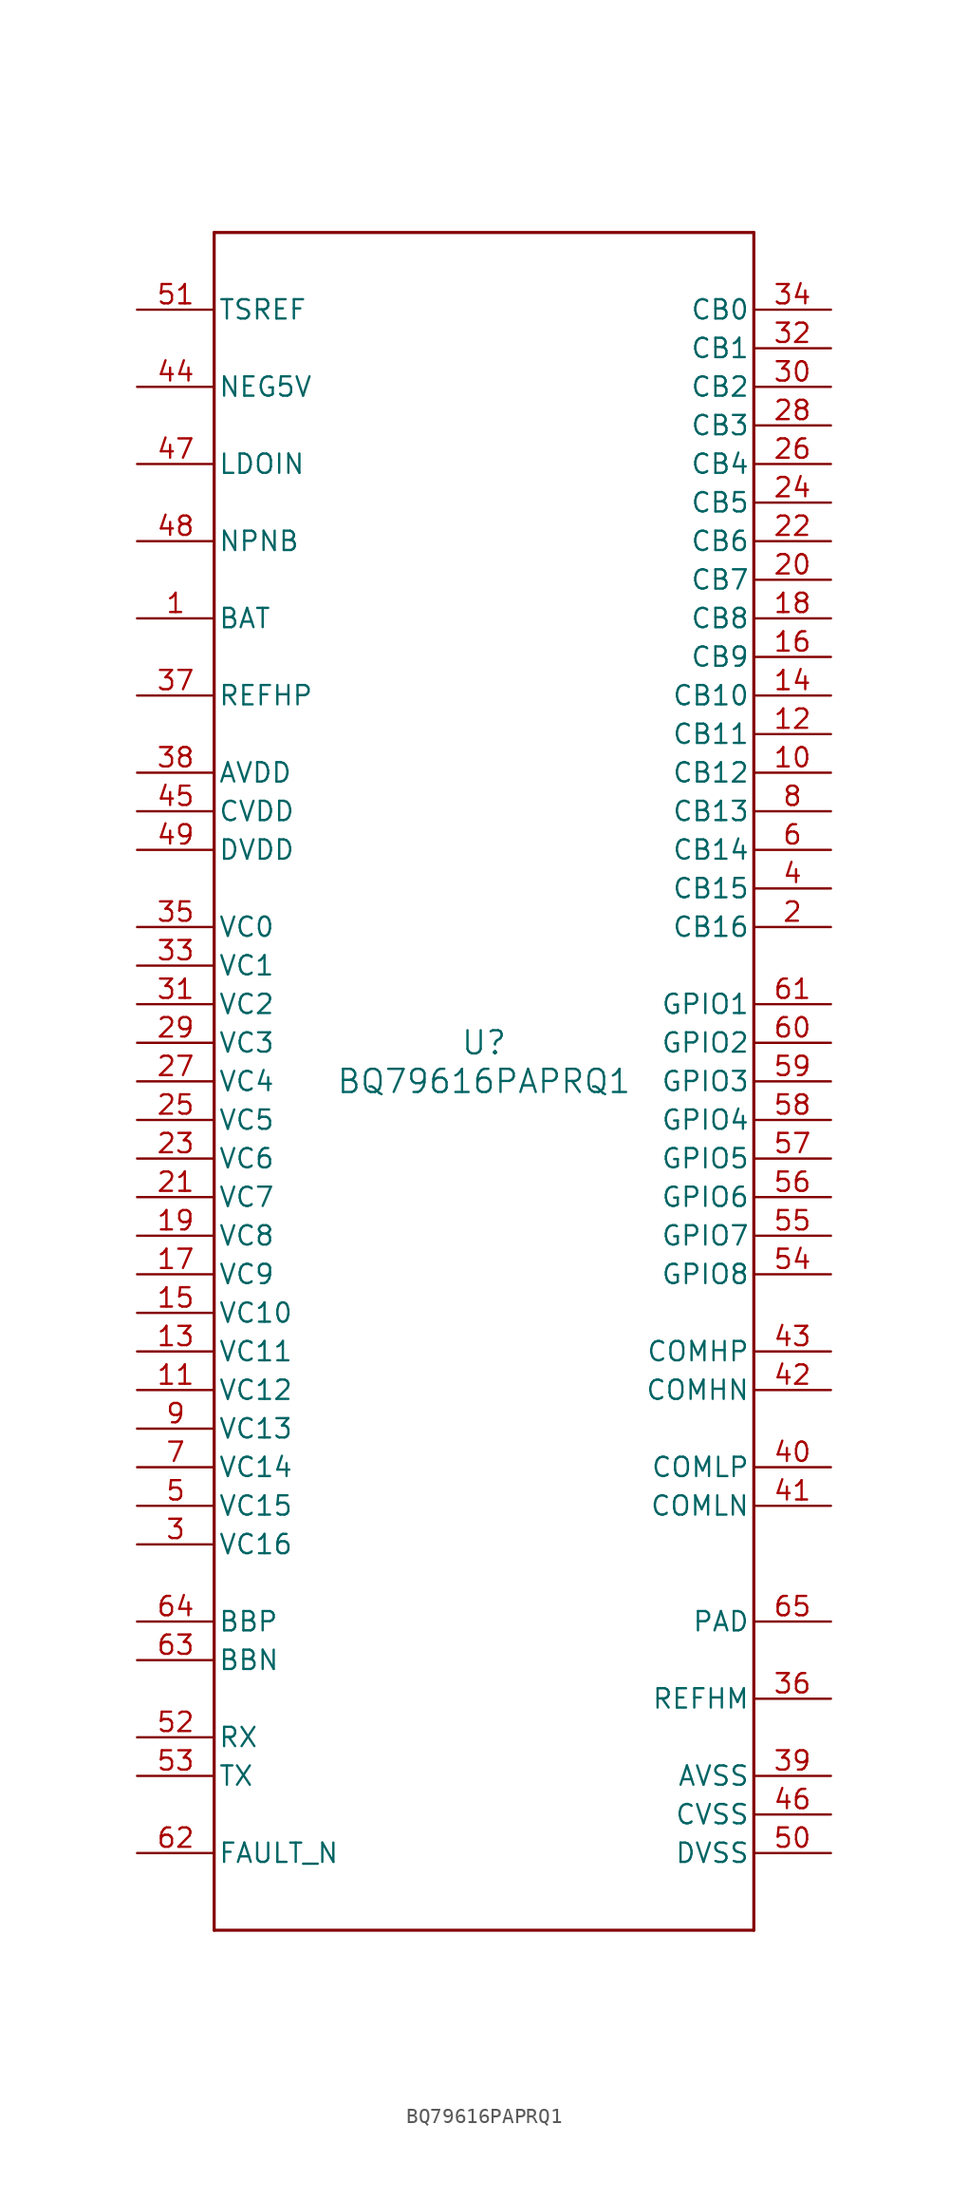
<source format=kicad_sym>
(kicad_symbol_lib
  (version 20211014)
  (generator kicad_symbol_editor)
  (symbol "BQ79616PAPRQ1"
    (pin_names
      (offset 0.254))
    (property "Reference" "U"
      (at 0 2.54 0)
      (effects (font (size 1.524 1.524))))
    (property "Value" "BQ79616PAPRQ1"
      (at 0 0 0)
      (effects (font (size 1.524 1.524))))
    (symbol "BQ79616PAPRQ1_0_1"
      (polyline (pts (xy -17.78 -55.88) (xy 17.78 -55.88)) (stroke (width 0.203) (type default) (color 0 0 0 0)) (fill (type none)))
      (polyline (pts (xy 17.78 -55.88) (xy 17.78 55.88)) (stroke (width 0.203) (type default) (color 0 0 0 0)) (fill (type none)))
      (polyline (pts (xy 17.78 55.88) (xy -17.78 55.88)) (stroke (width 0.203) (type default) (color 0 0 0 0)) (fill (type none)))
      (polyline (pts (xy -17.78 55.88) (xy -17.78 -55.88)) (stroke (width 0.203) (type default) (color 0 0 0 0)) (fill (type none)))
      (pin power_in line (at -22.86 30.48 0) (length 5.08) (name "BAT" (effects (font (size 1.27 1.27)))) (number "1" (effects (font (size 1.27 1.27)))))
      (pin bidirectional line (at 22.86 10.16 180) (length 5.08) (name "CB16" (effects (font (size 1.27 1.27)))) (number "2" (effects (font (size 1.27 1.27)))))
      (pin input line (at -22.86 -30.48 0) (length 5.08) (name "VC16" (effects (font (size 1.27 1.27)))) (number "3" (effects (font (size 1.27 1.27)))))
      (pin bidirectional line (at 22.86 12.7 180) (length 5.08) (name "CB15" (effects (font (size 1.27 1.27)))) (number "4" (effects (font (size 1.27 1.27)))))
      (pin input line (at -22.86 -27.94 0) (length 5.08) (name "VC15" (effects (font (size 1.27 1.27)))) (number "5" (effects (font (size 1.27 1.27)))))
      (pin bidirectional line (at 22.86 15.24 180) (length 5.08) (name "CB14" (effects (font (size 1.27 1.27)))) (number "6" (effects (font (size 1.27 1.27)))))
      (pin input line (at -22.86 -25.4 0) (length 5.08) (name "VC14" (effects (font (size 1.27 1.27)))) (number "7" (effects (font (size 1.27 1.27)))))
      (pin bidirectional line (at 22.86 17.78 180) (length 5.08) (name "CB13" (effects (font (size 1.27 1.27)))) (number "8" (effects (font (size 1.27 1.27)))))
      (pin input line (at -22.86 -22.86 0) (length 5.08) (name "VC13" (effects (font (size 1.27 1.27)))) (number "9" (effects (font (size 1.27 1.27)))))
      (pin bidirectional line (at 22.86 20.32 180) (length 5.08) (name "CB12" (effects (font (size 1.27 1.27)))) (number "10" (effects (font (size 1.27 1.27)))))
      (pin input line (at -22.86 -20.32 0) (length 5.08) (name "VC12" (effects (font (size 1.27 1.27)))) (number "11" (effects (font (size 1.27 1.27)))))
      (pin bidirectional line (at 22.86 22.86 180) (length 5.08) (name "CB11" (effects (font (size 1.27 1.27)))) (number "12" (effects (font (size 1.27 1.27)))))
      (pin input line (at -22.86 -17.78 0) (length 5.08) (name "VC11" (effects (font (size 1.27 1.27)))) (number "13" (effects (font (size 1.27 1.27)))))
      (pin bidirectional line (at 22.86 25.4 180) (length 5.08) (name "CB10" (effects (font (size 1.27 1.27)))) (number "14" (effects (font (size 1.27 1.27)))))
      (pin input line (at -22.86 -15.24 0) (length 5.08) (name "VC10" (effects (font (size 1.27 1.27)))) (number "15" (effects (font (size 1.27 1.27)))))
      (pin bidirectional line (at 22.86 27.94 180) (length 5.08) (name "CB9" (effects (font (size 1.27 1.27)))) (number "16" (effects (font (size 1.27 1.27)))))
      (pin input line (at -22.86 -12.7 0) (length 5.08) (name "VC9" (effects (font (size 1.27 1.27)))) (number "17" (effects (font (size 1.27 1.27)))))
      (pin bidirectional line (at 22.86 30.48 180) (length 5.08) (name "CB8" (effects (font (size 1.27 1.27)))) (number "18" (effects (font (size 1.27 1.27)))))
      (pin input line (at -22.86 -10.16 0) (length 5.08) (name "VC8" (effects (font (size 1.27 1.27)))) (number "19" (effects (font (size 1.27 1.27)))))
      (pin bidirectional line (at 22.86 33.02 180) (length 5.08) (name "CB7" (effects (font (size 1.27 1.27)))) (number "20" (effects (font (size 1.27 1.27)))))
      (pin input line (at -22.86 -7.62 0) (length 5.08) (name "VC7" (effects (font (size 1.27 1.27)))) (number "21" (effects (font (size 1.27 1.27)))))
      (pin bidirectional line (at 22.86 35.56 180) (length 5.08) (name "CB6" (effects (font (size 1.27 1.27)))) (number "22" (effects (font (size 1.27 1.27)))))
      (pin input line (at -22.86 -5.08 0) (length 5.08) (name "VC6" (effects (font (size 1.27 1.27)))) (number "23" (effects (font (size 1.27 1.27)))))
      (pin bidirectional line (at 22.86 38.1 180) (length 5.08) (name "CB5" (effects (font (size 1.27 1.27)))) (number "24" (effects (font (size 1.27 1.27)))))
      (pin input line (at -22.86 -2.54 0) (length 5.08) (name "VC5" (effects (font (size 1.27 1.27)))) (number "25" (effects (font (size 1.27 1.27)))))
      (pin bidirectional line (at 22.86 40.64 180) (length 5.08) (name "CB4" (effects (font (size 1.27 1.27)))) (number "26" (effects (font (size 1.27 1.27)))))
      (pin input line (at -22.86 0 0) (length 5.08) (name "VC4" (effects (font (size 1.27 1.27)))) (number "27" (effects (font (size 1.27 1.27)))))
      (pin bidirectional line (at 22.86 43.18 180) (length 5.08) (name "CB3" (effects (font (size 1.27 1.27)))) (number "28" (effects (font (size 1.27 1.27)))))
      (pin input line (at -22.86 2.54 0) (length 5.08) (name "VC3" (effects (font (size 1.27 1.27)))) (number "29" (effects (font (size 1.27 1.27)))))
      (pin bidirectional line (at 22.86 45.72 180) (length 5.08) (name "CB2" (effects (font (size 1.27 1.27)))) (number "30" (effects (font (size 1.27 1.27)))))
      (pin input line (at -22.86 5.08 0) (length 5.08) (name "VC2" (effects (font (size 1.27 1.27)))) (number "31" (effects (font (size 1.27 1.27)))))
      (pin bidirectional line (at 22.86 48.26 180) (length 5.08) (name "CB1" (effects (font (size 1.27 1.27)))) (number "32" (effects (font (size 1.27 1.27)))))
      (pin input line (at -22.86 7.62 0) (length 5.08) (name "VC1" (effects (font (size 1.27 1.27)))) (number "33" (effects (font (size 1.27 1.27)))))
      (pin bidirectional line (at 22.86 50.8 180) (length 5.08) (name "CB0" (effects (font (size 1.27 1.27)))) (number "34" (effects (font (size 1.27 1.27)))))
      (pin input line (at -22.86 10.16 0) (length 5.08) (name "VC0" (effects (font (size 1.27 1.27)))) (number "35" (effects (font (size 1.27 1.27)))))
      (pin power_in line (at 22.86 -40.64 180) (length 5.08) (name "REFHM" (effects (font (size 1.27 1.27)))) (number "36" (effects (font (size 1.27 1.27)))))
      (pin power_in line (at -22.86 25.4 0) (length 5.08) (name "REFHP" (effects (font (size 1.27 1.27)))) (number "37" (effects (font (size 1.27 1.27)))))
      (pin power_in line (at -22.86 20.32 0) (length 5.08) (name "AVDD" (effects (font (size 1.27 1.27)))) (number "38" (effects (font (size 1.27 1.27)))))
      (pin power_in line (at 22.86 -45.72 180) (length 5.08) (name "AVSS" (effects (font (size 1.27 1.27)))) (number "39" (effects (font (size 1.27 1.27)))))
      (pin bidirectional line (at 22.86 -25.4 180) (length 5.08) (name "COMLP" (effects (font (size 1.27 1.27)))) (number "40" (effects (font (size 1.27 1.27)))))
      (pin bidirectional line (at 22.86 -27.94 180) (length 5.08) (name "COMLN" (effects (font (size 1.27 1.27)))) (number "41" (effects (font (size 1.27 1.27)))))
      (pin bidirectional line (at 22.86 -20.32 180) (length 5.08) (name "COMHN" (effects (font (size 1.27 1.27)))) (number "42" (effects (font (size 1.27 1.27)))))
      (pin bidirectional line (at 22.86 -17.78 180) (length 5.08) (name "COMHP" (effects (font (size 1.27 1.27)))) (number "43" (effects (font (size 1.27 1.27)))))
      (pin power_in line (at -22.86 45.72 0) (length 5.08) (name "NEG5V" (effects (font (size 1.27 1.27)))) (number "44" (effects (font (size 1.27 1.27)))))
      (pin power_in line (at -22.86 17.78 0) (length 5.08) (name "CVDD" (effects (font (size 1.27 1.27)))) (number "45" (effects (font (size 1.27 1.27)))))
      (pin power_in line (at 22.86 -48.26 180) (length 5.08) (name "CVSS" (effects (font (size 1.27 1.27)))) (number "46" (effects (font (size 1.27 1.27)))))
      (pin power_in line (at -22.86 40.64 0) (length 5.08) (name "LDOIN" (effects (font (size 1.27 1.27)))) (number "47" (effects (font (size 1.27 1.27)))))
      (pin power_in line (at -22.86 35.56 0) (length 5.08) (name "NPNB" (effects (font (size 1.27 1.27)))) (number "48" (effects (font (size 1.27 1.27)))))
      (pin power_in line (at -22.86 15.24 0) (length 5.08) (name "DVDD" (effects (font (size 1.27 1.27)))) (number "49" (effects (font (size 1.27 1.27)))))
      (pin power_in line (at 22.86 -50.8 180) (length 5.08) (name "DVSS" (effects (font (size 1.27 1.27)))) (number "50" (effects (font (size 1.27 1.27)))))
      (pin power_in line (at -22.86 50.8 0) (length 5.08) (name "TSREF" (effects (font (size 1.27 1.27)))) (number "51" (effects (font (size 1.27 1.27)))))
      (pin input line (at -22.86 -43.18 0) (length 5.08) (name "RX" (effects (font (size 1.27 1.27)))) (number "52" (effects (font (size 1.27 1.27)))))
      (pin output line (at -22.86 -45.72 0) (length 5.08) (name "TX" (effects (font (size 1.27 1.27)))) (number "53" (effects (font (size 1.27 1.27)))))
      (pin bidirectional line (at 22.86 -12.7 180) (length 5.08) (name "GPIO8" (effects (font (size 1.27 1.27)))) (number "54" (effects (font (size 1.27 1.27)))))
      (pin bidirectional line (at 22.86 -10.16 180) (length 5.08) (name "GPIO7" (effects (font (size 1.27 1.27)))) (number "55" (effects (font (size 1.27 1.27)))))
      (pin bidirectional line (at 22.86 -7.62 180) (length 5.08) (name "GPIO6" (effects (font (size 1.27 1.27)))) (number "56" (effects (font (size 1.27 1.27)))))
      (pin bidirectional line (at 22.86 -5.08 180) (length 5.08) (name "GPIO5" (effects (font (size 1.27 1.27)))) (number "57" (effects (font (size 1.27 1.27)))))
      (pin bidirectional line (at 22.86 -2.54 180) (length 5.08) (name "GPIO4" (effects (font (size 1.27 1.27)))) (number "58" (effects (font (size 1.27 1.27)))))
      (pin bidirectional line (at 22.86 0 180) (length 5.08) (name "GPIO3" (effects (font (size 1.27 1.27)))) (number "59" (effects (font (size 1.27 1.27)))))
      (pin bidirectional line (at 22.86 2.54 180) (length 5.08) (name "GPIO2" (effects (font (size 1.27 1.27)))) (number "60" (effects (font (size 1.27 1.27)))))
      (pin bidirectional line (at 22.86 5.08 180) (length 5.08) (name "GPIO1" (effects (font (size 1.27 1.27)))) (number "61" (effects (font (size 1.27 1.27)))))
      (pin output line (at -22.86 -50.8 0) (length 5.08) (name "FAULT_N" (effects (font (size 1.27 1.27)))) (number "62" (effects (font (size 1.27 1.27)))))
      (pin input line (at -22.86 -38.1 0) (length 5.08) (name "BBN" (effects (font (size 1.27 1.27)))) (number "63" (effects (font (size 1.27 1.27)))))
      (pin input line (at -22.86 -35.56 0) (length 5.08) (name "BBP" (effects (font (size 1.27 1.27)))) (number "64" (effects (font (size 1.27 1.27)))))
      (pin unspecified line (at 22.86 -35.56 180) (length 5.08) (name "PAD" (effects (font (size 1.27 1.27)))) (number "65" (effects (font (size 1.27 1.27))))))))
</source>
